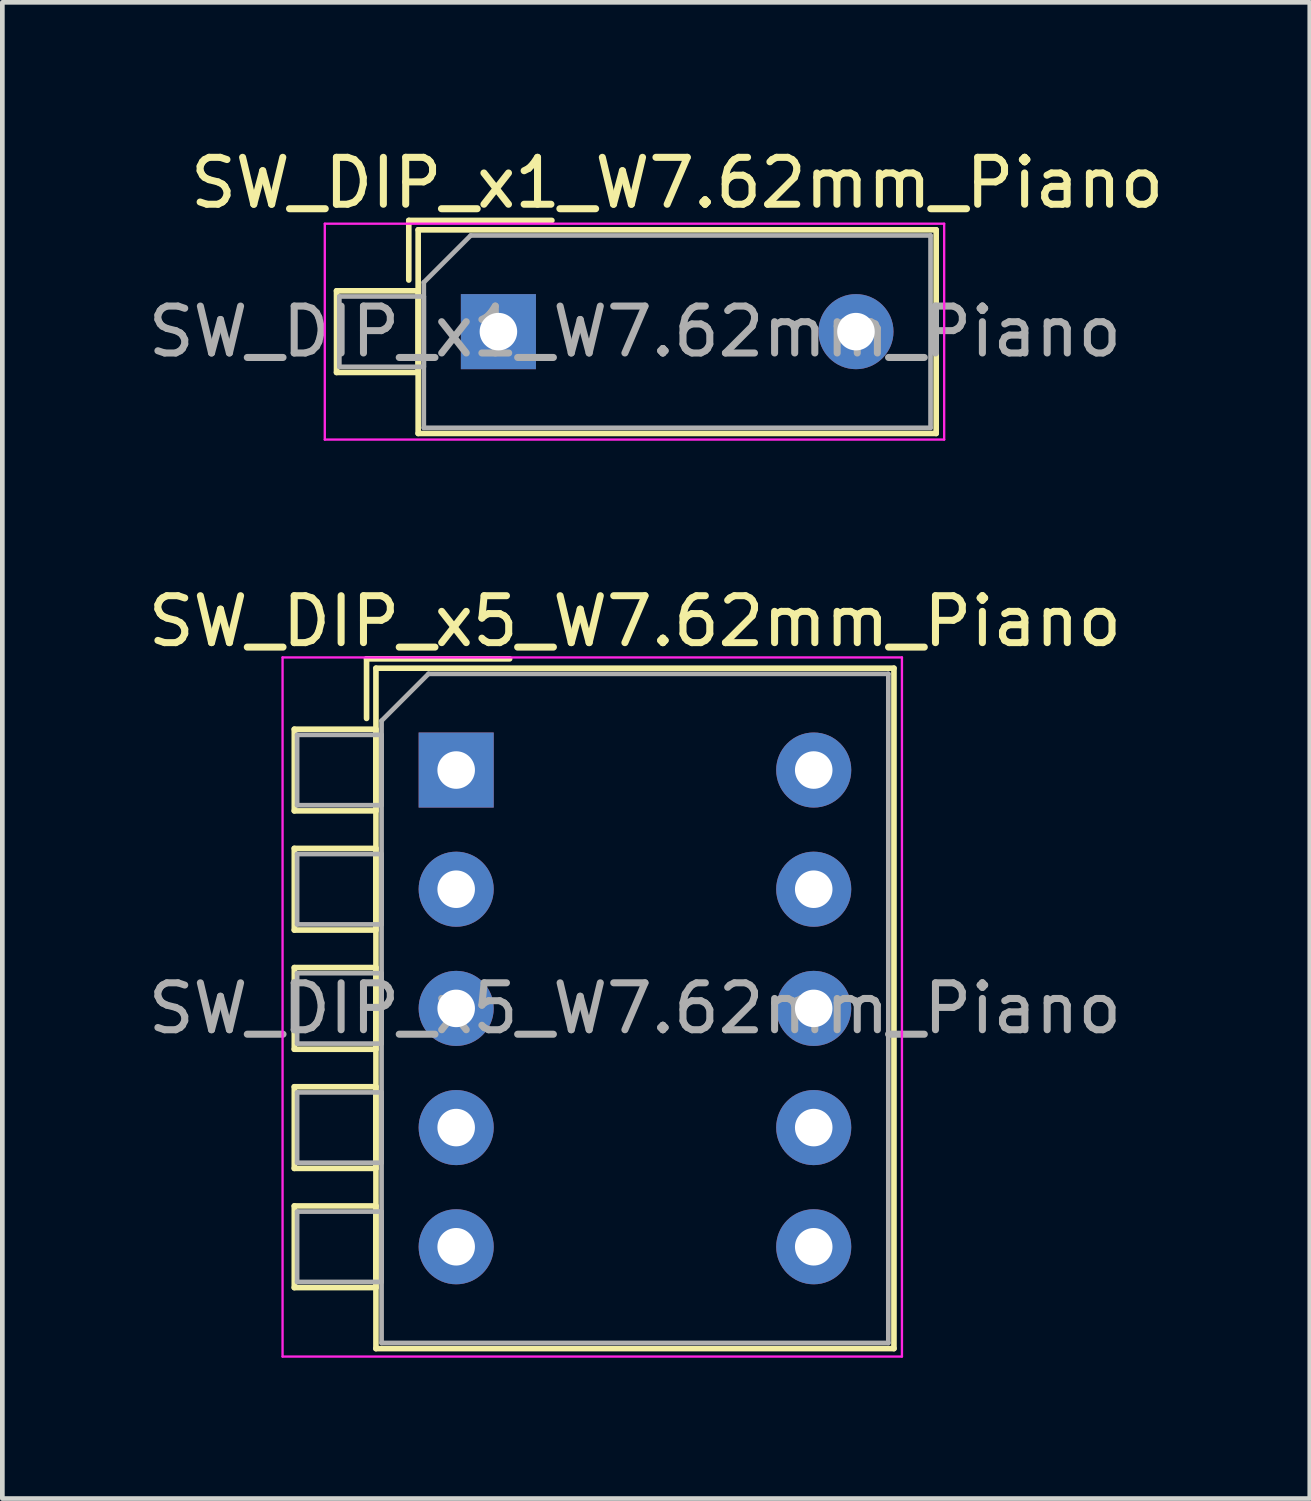
<source format=kicad_pcb>
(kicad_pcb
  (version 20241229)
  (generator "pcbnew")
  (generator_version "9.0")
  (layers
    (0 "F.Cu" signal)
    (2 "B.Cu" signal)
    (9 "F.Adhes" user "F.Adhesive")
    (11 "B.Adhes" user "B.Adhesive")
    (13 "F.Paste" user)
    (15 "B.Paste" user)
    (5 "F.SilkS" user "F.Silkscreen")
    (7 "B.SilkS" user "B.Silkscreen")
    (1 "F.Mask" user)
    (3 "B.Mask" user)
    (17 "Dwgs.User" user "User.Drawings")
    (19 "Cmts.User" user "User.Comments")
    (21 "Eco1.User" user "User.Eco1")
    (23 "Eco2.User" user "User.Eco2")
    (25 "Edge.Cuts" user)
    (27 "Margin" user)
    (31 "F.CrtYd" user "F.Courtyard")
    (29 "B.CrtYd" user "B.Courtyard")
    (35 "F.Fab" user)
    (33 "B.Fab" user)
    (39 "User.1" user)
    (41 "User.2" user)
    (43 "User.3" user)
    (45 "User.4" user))
  (footprint "SW_DIP_x1_W7.62mm_Piano"
    (layer "F.Cu")
    (at 7.572 4.018)
    (property "Reference" "SW_DIP_x1_W7.62mm_Piano" (at 3.81 -3.17 0) (layer "F.SilkS") (effects (font (size 1 1) (thickness 0.15))))
    (attr through_hole)
    (fp_line (start -3.45 -0.87) (end -3.45 0.87) (stroke (width 0.12) (type solid)) (layer "F.SilkS"))
    (fp_line (start -3.45 0.87) (end -1.71 0.87) (stroke (width 0.12) (type solid)) (layer "F.SilkS"))
    (fp_line (start -1.91 -2.37) (end -1.91 -1.1) (stroke (width 0.12) (type solid)) (layer "F.SilkS"))
    (fp_line (start -1.91 -2.37) (end 1.14 -2.37) (stroke (width 0.12) (type solid)) (layer "F.SilkS"))
    (fp_line (start -1.71 -2.17) (end 9.33 -2.17) (stroke (width 0.12) (type solid)) (layer "F.SilkS"))
    (fp_line (start -1.71 -0.87) (end -3.45 -0.87) (stroke (width 0.12) (type solid)) (layer "F.SilkS"))
    (fp_line (start -1.71 0.87) (end -1.71 -0.87) (stroke (width 0.12) (type solid)) (layer "F.SilkS"))
    (fp_line (start -1.71 2.17) (end -1.71 -2.17) (stroke (width 0.12) (type solid)) (layer "F.SilkS"))
    (fp_line (start 9.33 -2.17) (end 9.33 2.17) (stroke (width 0.12) (type solid)) (layer "F.SilkS"))
    (fp_line (start 9.33 2.17) (end -1.71 2.17) (stroke (width 0.12) (type solid)) (layer "F.SilkS"))
    (fp_line (start -3.7 -2.3) (end -3.7 2.3) (stroke (width 0.05) (type solid)) (layer "F.CrtYd"))
    (fp_line (start -3.7 2.3) (end 9.5 2.3) (stroke (width 0.05) (type solid)) (layer "F.CrtYd"))
    (fp_line (start 9.5 -2.3) (end -3.7 -2.3) (stroke (width 0.05) (type solid)) (layer "F.CrtYd"))
    (fp_line (start 9.5 2.3) (end 9.5 -2.3) (stroke (width 0.05) (type solid)) (layer "F.CrtYd"))
    (fp_line (start -3.39 -0.75) (end -1.59 -0.75) (stroke (width 0.1) (type solid)) (layer "F.Fab"))
    (fp_line (start -3.39 0.75) (end -3.39 -0.75) (stroke (width 0.1) (type solid)) (layer "F.Fab"))
    (fp_line (start -1.59 -1.05) (end -0.59 -2.05) (stroke (width 0.1) (type solid)) (layer "F.Fab"))
    (fp_line (start -1.59 -0.75) (end -1.59 0.75) (stroke (width 0.1) (type solid)) (layer "F.Fab"))
    (fp_line (start -1.59 0.75) (end -3.39 0.75) (stroke (width 0.1) (type solid)) (layer "F.Fab"))
    (fp_line (start -1.59 2.05) (end -1.59 -1.05) (stroke (width 0.1) (type solid)) (layer "F.Fab"))
    (fp_line (start -0.59 -2.05) (end 9.21 -2.05) (stroke (width 0.1) (type solid)) (layer "F.Fab"))
    (fp_line (start 9.21 -2.05) (end 9.21 2.05) (stroke (width 0.1) (type solid)) (layer "F.Fab"))
    (fp_line (start 9.21 2.05) (end -1.59 2.05) (stroke (width 0.1) (type solid)) (layer "F.Fab"))
    (fp_text user "${REFERENCE}" (at 2.91 0 0) (layer "F.Fab") (effects (font (size 1 1) (thickness 0.15))))
    (pad "1" thru_hole rect (at 0 0) (size 1.6 1.6) (drill 0.8) (layers "*.Cu" "*.Mask"))
    (pad "2" thru_hole oval (at 7.62 0) (size 1.6 1.6) (drill 0.8) (layers "*.Cu" "*.Mask")))
  (footprint "SW_DIP_x5_W7.62mm_Piano"
    (layer "F.Cu")
    (at 6.672 13.361)
    (property "Reference" "SW_DIP_x5_W7.62mm_Piano" (at 3.81 -3.17 0) (layer "F.SilkS") (effects (font (size 1 1) (thickness 0.15))))
    (attr through_hole)
    (fp_line (start -3.45 -0.87) (end -3.45 0.87) (stroke (width 0.12) (type solid)) (layer "F.SilkS"))
    (fp_line (start -3.45 0.87) (end -1.71 0.87) (stroke (width 0.12) (type solid)) (layer "F.SilkS"))
    (fp_line (start -3.45 1.67) (end -3.45 3.41) (stroke (width 0.12) (type solid)) (layer "F.SilkS"))
    (fp_line (start -3.45 3.41) (end -1.71 3.41) (stroke (width 0.12) (type solid)) (layer "F.SilkS"))
    (fp_line (start -3.45 4.21) (end -3.45 5.95) (stroke (width 0.12) (type solid)) (layer "F.SilkS"))
    (fp_line (start -3.45 5.95) (end -1.71 5.95) (stroke (width 0.12) (type solid)) (layer "F.SilkS"))
    (fp_line (start -3.45 6.75) (end -3.45 8.49) (stroke (width 0.12) (type solid)) (layer "F.SilkS"))
    (fp_line (start -3.45 8.49) (end -1.71 8.49) (stroke (width 0.12) (type solid)) (layer "F.SilkS"))
    (fp_line (start -3.45 9.29) (end -3.45 11.03) (stroke (width 0.12) (type solid)) (layer "F.SilkS"))
    (fp_line (start -3.45 11.03) (end -1.71 11.03) (stroke (width 0.12) (type solid)) (layer "F.SilkS"))
    (fp_line (start -1.91 -2.37) (end -1.91 -1.1) (stroke (width 0.12) (type solid)) (layer "F.SilkS"))
    (fp_line (start -1.91 -2.37) (end 1.14 -2.37) (stroke (width 0.12) (type solid)) (layer "F.SilkS"))
    (fp_line (start -1.71 -2.17) (end 9.33 -2.17) (stroke (width 0.12) (type solid)) (layer "F.SilkS"))
    (fp_line (start -1.71 -0.87) (end -3.45 -0.87) (stroke (width 0.12) (type solid)) (layer "F.SilkS"))
    (fp_line (start -1.71 0.87) (end -1.71 -0.87) (stroke (width 0.12) (type solid)) (layer "F.SilkS"))
    (fp_line (start -1.71 1.67) (end -3.45 1.67) (stroke (width 0.12) (type solid)) (layer "F.SilkS"))
    (fp_line (start -1.71 3.41) (end -1.71 1.67) (stroke (width 0.12) (type solid)) (layer "F.SilkS"))
    (fp_line (start -1.71 4.21) (end -3.45 4.21) (stroke (width 0.12) (type solid)) (layer "F.SilkS"))
    (fp_line (start -1.71 5.95) (end -1.71 4.21) (stroke (width 0.12) (type solid)) (layer "F.SilkS"))
    (fp_line (start -1.71 6.75) (end -3.45 6.75) (stroke (width 0.12) (type solid)) (layer "F.SilkS"))
    (fp_line (start -1.71 8.49) (end -1.71 6.75) (stroke (width 0.12) (type solid)) (layer "F.SilkS"))
    (fp_line (start -1.71 9.29) (end -3.45 9.29) (stroke (width 0.12) (type solid)) (layer "F.SilkS"))
    (fp_line (start -1.71 11.03) (end -1.71 9.29) (stroke (width 0.12) (type solid)) (layer "F.SilkS"))
    (fp_line (start -1.71 12.33) (end -1.71 -2.17) (stroke (width 0.12) (type solid)) (layer "F.SilkS"))
    (fp_line (start 9.33 -2.17) (end 9.33 12.33) (stroke (width 0.12) (type solid)) (layer "F.SilkS"))
    (fp_line (start 9.33 12.33) (end -1.71 12.33) (stroke (width 0.12) (type solid)) (layer "F.SilkS"))
    (fp_line (start -3.7 -2.4) (end -3.7 12.5) (stroke (width 0.05) (type solid)) (layer "F.CrtYd"))
    (fp_line (start -3.7 12.5) (end 9.5 12.5) (stroke (width 0.05) (type solid)) (layer "F.CrtYd"))
    (fp_line (start 9.5 -2.4) (end -3.7 -2.4) (stroke (width 0.05) (type solid)) (layer "F.CrtYd"))
    (fp_line (start 9.5 12.5) (end 9.5 -2.4) (stroke (width 0.05) (type solid)) (layer "F.CrtYd"))
    (fp_line (start -3.39 -0.75) (end -1.59 -0.75) (stroke (width 0.1) (type solid)) (layer "F.Fab"))
    (fp_line (start -3.39 0.75) (end -3.39 -0.75) (stroke (width 0.1) (type solid)) (layer "F.Fab"))
    (fp_line (start -3.39 1.79) (end -1.59 1.79) (stroke (width 0.1) (type solid)) (layer "F.Fab"))
    (fp_line (start -3.39 3.29) (end -3.39 1.79) (stroke (width 0.1) (type solid)) (layer "F.Fab"))
    (fp_line (start -3.39 4.33) (end -1.59 4.33) (stroke (width 0.1) (type solid)) (layer "F.Fab"))
    (fp_line (start -3.39 5.83) (end -3.39 4.33) (stroke (width 0.1) (type solid)) (layer "F.Fab"))
    (fp_line (start -3.39 6.87) (end -1.59 6.87) (stroke (width 0.1) (type solid)) (layer "F.Fab"))
    (fp_line (start -3.39 8.37) (end -3.39 6.87) (stroke (width 0.1) (type solid)) (layer "F.Fab"))
    (fp_line (start -3.39 9.41) (end -1.59 9.41) (stroke (width 0.1) (type solid)) (layer "F.Fab"))
    (fp_line (start -3.39 10.91) (end -3.39 9.41) (stroke (width 0.1) (type solid)) (layer "F.Fab"))
    (fp_line (start -1.59 -1.05) (end -0.59 -2.05) (stroke (width 0.1) (type solid)) (layer "F.Fab"))
    (fp_line (start -1.59 -0.75) (end -1.59 0.75) (stroke (width 0.1) (type solid)) (layer "F.Fab"))
    (fp_line (start -1.59 0.75) (end -3.39 0.75) (stroke (width 0.1) (type solid)) (layer "F.Fab"))
    (fp_line (start -1.59 1.79) (end -1.59 3.29) (stroke (width 0.1) (type solid)) (layer "F.Fab"))
    (fp_line (start -1.59 3.29) (end -3.39 3.29) (stroke (width 0.1) (type solid)) (layer "F.Fab"))
    (fp_line (start -1.59 4.33) (end -1.59 5.83) (stroke (width 0.1) (type solid)) (layer "F.Fab"))
    (fp_line (start -1.59 5.83) (end -3.39 5.83) (stroke (width 0.1) (type solid)) (layer "F.Fab"))
    (fp_line (start -1.59 6.87) (end -1.59 8.37) (stroke (width 0.1) (type solid)) (layer "F.Fab"))
    (fp_line (start -1.59 8.37) (end -3.39 8.37) (stroke (width 0.1) (type solid)) (layer "F.Fab"))
    (fp_line (start -1.59 9.41) (end -1.59 10.91) (stroke (width 0.1) (type solid)) (layer "F.Fab"))
    (fp_line (start -1.59 10.91) (end -3.39 10.91) (stroke (width 0.1) (type solid)) (layer "F.Fab"))
    (fp_line (start -1.59 12.21) (end -1.59 -1.05) (stroke (width 0.1) (type solid)) (layer "F.Fab"))
    (fp_line (start -0.59 -2.05) (end 9.21 -2.05) (stroke (width 0.1) (type solid)) (layer "F.Fab"))
    (fp_line (start 9.21 -2.05) (end 9.21 12.21) (stroke (width 0.1) (type solid)) (layer "F.Fab"))
    (fp_line (start 9.21 12.21) (end -1.59 12.21) (stroke (width 0.1) (type solid)) (layer "F.Fab"))
    (fp_text user "${REFERENCE}" (at 3.81 5.08 0) (layer "F.Fab") (effects (font (size 1 1) (thickness 0.15))))
    (pad "1" thru_hole rect (at 0 0) (size 1.6 1.6) (drill 0.8) (layers "*.Cu" "*.Mask"))
    (pad "2" thru_hole oval (at 0 2.54) (size 1.6 1.6) (drill 0.8) (layers "*.Cu" "*.Mask"))
    (pad "3" thru_hole oval (at 0 5.08) (size 1.6 1.6) (drill 0.8) (layers "*.Cu" "*.Mask"))
    (pad "4" thru_hole oval (at 0 7.62) (size 1.6 1.6) (drill 0.8) (layers "*.Cu" "*.Mask"))
    (pad "5" thru_hole oval (at 0 10.16) (size 1.6 1.6) (drill 0.8) (layers "*.Cu" "*.Mask"))
    (pad "6" thru_hole oval (at 7.62 10.16) (size 1.6 1.6) (drill 0.8) (layers "*.Cu" "*.Mask"))
    (pad "7" thru_hole oval (at 7.62 7.62) (size 1.6 1.6) (drill 0.8) (layers "*.Cu" "*.Mask"))
    (pad "8" thru_hole oval (at 7.62 5.08) (size 1.6 1.6) (drill 0.8) (layers "*.Cu" "*.Mask"))
    (pad "9" thru_hole oval (at 7.62 2.54) (size 1.6 1.6) (drill 0.8) (layers "*.Cu" "*.Mask"))
    (pad "10" thru_hole oval (at 7.62 0) (size 1.6 1.6) (drill 0.8) (layers "*.Cu" "*.Mask")))
  (gr_rect
    (start -3 -3)
    (end 24.864 28.887)
    (stroke (width 0.1) (type default))
    (fill no)
    (layer "Edge.Cuts")))
</source>
